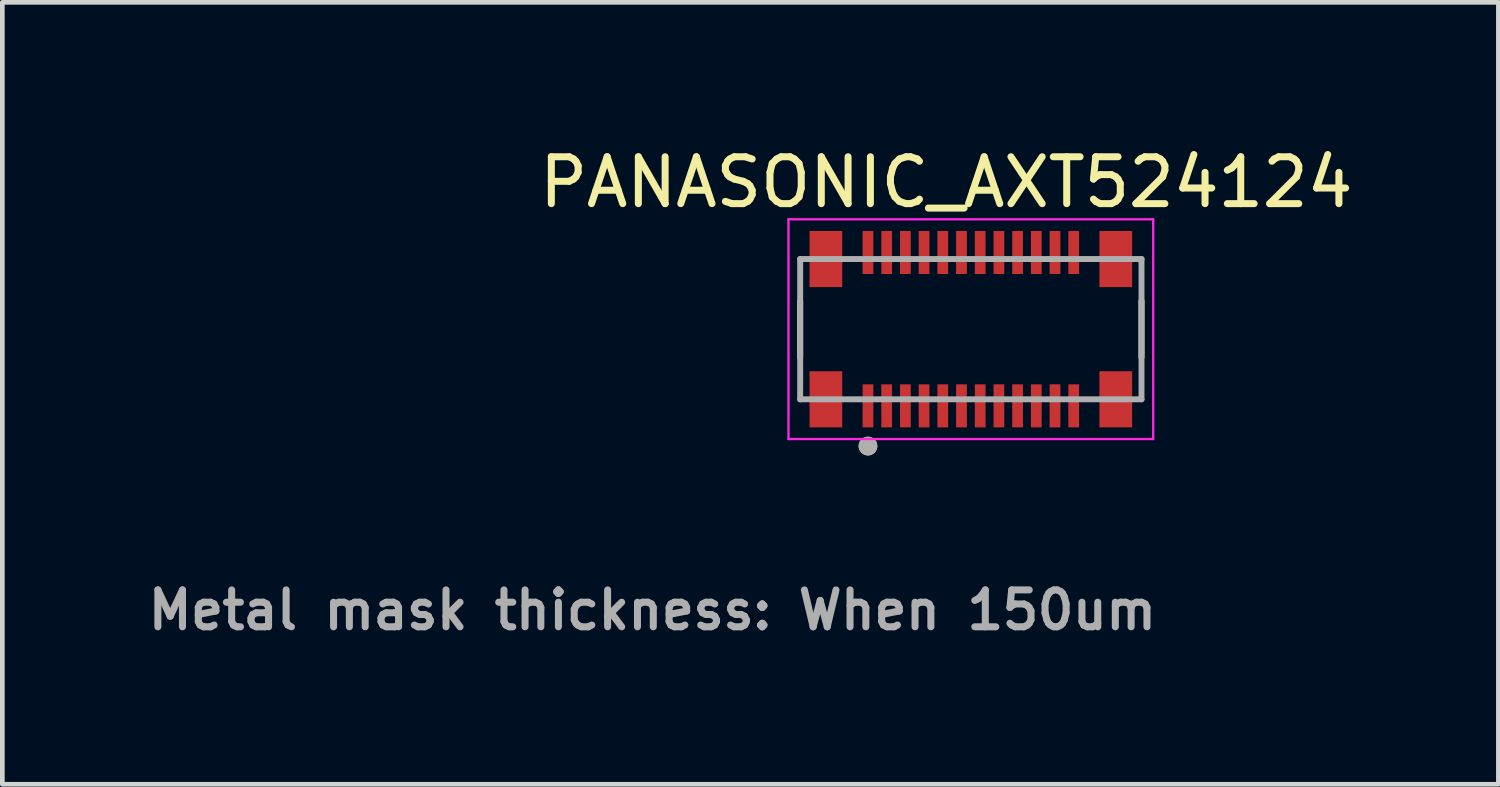
<source format=kicad_pcb>
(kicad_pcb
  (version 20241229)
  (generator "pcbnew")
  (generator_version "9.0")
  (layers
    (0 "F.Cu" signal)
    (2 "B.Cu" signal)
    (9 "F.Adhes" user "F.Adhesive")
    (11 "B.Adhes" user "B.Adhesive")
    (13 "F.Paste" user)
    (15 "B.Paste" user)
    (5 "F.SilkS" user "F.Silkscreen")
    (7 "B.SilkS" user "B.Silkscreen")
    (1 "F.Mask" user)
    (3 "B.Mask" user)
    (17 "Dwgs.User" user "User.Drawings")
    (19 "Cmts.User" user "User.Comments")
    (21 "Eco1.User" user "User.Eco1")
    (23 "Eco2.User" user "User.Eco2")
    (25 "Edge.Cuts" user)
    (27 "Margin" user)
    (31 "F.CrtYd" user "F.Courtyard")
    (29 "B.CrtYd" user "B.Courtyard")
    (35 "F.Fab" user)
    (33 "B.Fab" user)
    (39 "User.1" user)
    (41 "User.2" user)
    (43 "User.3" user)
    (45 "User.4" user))
  (footprint "PANASONIC_AXT524124"
    (layer "F.Cu")
    (at 17.713 3.99)
    (property "Reference" "PANASONIC_AXT524124" (at -0.526 -3.141 0) (layer "F.SilkS") (effects (font (size 1.002 1.002) (thickness 0.15))))
    (attr smd)
    (fp_line (start -3.65 -0.6) (end -3.65 0.6) (stroke (width 0.127) (type solid)) (layer "F.SilkS"))
    (fp_line (start 3.65 -0.6) (end 3.65 0.6) (stroke (width 0.127) (type solid)) (layer "F.SilkS"))
    (fp_circle (center -2.2 2.5) (end -2.1 2.5) (stroke (width 0.2) (type solid)) (fill no) (layer "F.SilkS"))
    (fp_poly (pts (xy -2.303 -2) (xy -2.1 -2) (xy -2.1 -1.492) (xy -2.303 -1.492)) (stroke (width 0.01) (type solid)) (fill yes) (layer "F.Paste"))
    (fp_poly (pts (xy -2.303 1.49) (xy -2.1 1.49) (xy -2.1 2.003) (xy -2.303 2.003)) (stroke (width 0.01) (type solid)) (fill yes) (layer "F.Paste"))
    (fp_poly (pts (xy -1.902 -2) (xy -1.7 -2) (xy -1.7 -1.491) (xy -1.902 -1.491)) (stroke (width 0.01) (type solid)) (fill yes) (layer "F.Paste"))
    (fp_poly (pts (xy -1.901 1.49) (xy -1.7 1.49) (xy -1.7 2.001) (xy -1.901 2.001)) (stroke (width 0.01) (type solid)) (fill yes) (layer "F.Paste"))
    (fp_poly (pts (xy -1.501 -2) (xy -1.3 -2) (xy -1.3 -1.491) (xy -1.501 -1.491)) (stroke (width 0.01) (type solid)) (fill yes) (layer "F.Paste"))
    (fp_poly (pts (xy -1.501 1.49) (xy -1.3 1.49) (xy -1.3 2.001) (xy -1.501 2.001)) (stroke (width 0.01) (type solid)) (fill yes) (layer "F.Paste"))
    (fp_poly (pts (xy -1.102 -2) (xy -0.9 -2) (xy -0.9 -1.493) (xy -1.102 -1.493)) (stroke (width 0.01) (type solid)) (fill yes) (layer "F.Paste"))
    (fp_poly (pts (xy -1.101 1.49) (xy -0.9 1.49) (xy -0.9 2.002) (xy -1.101 2.002)) (stroke (width 0.01) (type solid)) (fill yes) (layer "F.Paste"))
    (fp_poly (pts (xy -0.701 1.49) (xy -0.5 1.49) (xy -0.5 2.002) (xy -0.701 2.002)) (stroke (width 0.01) (type solid)) (fill yes) (layer "F.Paste"))
    (fp_poly (pts (xy -0.7 -2) (xy -0.5 -2) (xy -0.5 -1.49) (xy -0.7 -1.49)) (stroke (width 0.01) (type solid)) (fill yes) (layer "F.Paste"))
    (fp_poly (pts (xy -0.3 1.49) (xy -0.1 1.49) (xy -0.1 2.003) (xy -0.3 2.003)) (stroke (width 0.01) (type solid)) (fill yes) (layer "F.Paste"))
    (fp_poly (pts (xy -0.3 -2) (xy -0.1 -2) (xy -0.1 -1.49) (xy -0.3 -1.49)) (stroke (width 0.01) (type solid)) (fill yes) (layer "F.Paste"))
    (fp_poly (pts (xy 0.1 1.49) (xy 0.3 1.49) (xy 0.3 2) (xy 0.1 2)) (stroke (width 0.01) (type solid)) (fill yes) (layer "F.Paste"))
    (fp_poly (pts (xy 0.1 -2) (xy 0.3 -2) (xy 0.3 -1.492) (xy 0.1 -1.492)) (stroke (width 0.01) (type solid)) (fill yes) (layer "F.Paste"))
    (fp_poly (pts (xy 0.5 1.49) (xy 0.7 1.49) (xy 0.7 2.001) (xy 0.5 2.001)) (stroke (width 0.01) (type solid)) (fill yes) (layer "F.Paste"))
    (fp_poly (pts (xy 0.5 -2) (xy 0.7 -2) (xy 0.7 -1.491) (xy 0.5 -1.491)) (stroke (width 0.01) (type solid)) (fill yes) (layer "F.Paste"))
    (fp_poly (pts (xy 0.901 1.49) (xy 1.1 1.49) (xy 1.1 2.003) (xy 0.901 2.003)) (stroke (width 0.01) (type solid)) (fill yes) (layer "F.Paste"))
    (fp_poly (pts (xy 0.902 -2) (xy 1.1 -2) (xy 1.1 -1.493) (xy 0.902 -1.493)) (stroke (width 0.01) (type solid)) (fill yes) (layer "F.Paste"))
    (fp_poly (pts (xy 1.3 -2) (xy 1.5 -2) (xy 1.5 -1.49) (xy 1.3 -1.49)) (stroke (width 0.01) (type solid)) (fill yes) (layer "F.Paste"))
    (fp_poly (pts (xy 1.302 1.49) (xy 1.5 1.49) (xy 1.5 2.004) (xy 1.302 2.004)) (stroke (width 0.01) (type solid)) (fill yes) (layer "F.Paste"))
    (fp_poly (pts (xy 1.702 1.49) (xy 1.9 1.49) (xy 1.9 2.002) (xy 1.702 2.002)) (stroke (width 0.01) (type solid)) (fill yes) (layer "F.Paste"))
    (fp_poly (pts (xy 1.702 -2) (xy 1.9 -2) (xy 1.9 -1.492) (xy 1.702 -1.492)) (stroke (width 0.01) (type solid)) (fill yes) (layer "F.Paste"))
    (fp_poly (pts (xy 2.102 1.49) (xy 2.3 1.49) (xy 2.3 2.002) (xy 2.102 2.002)) (stroke (width 0.01) (type solid)) (fill yes) (layer "F.Paste"))
    (fp_poly (pts (xy 2.102 -2) (xy 2.3 -2) (xy 2.3 -1.492) (xy 2.102 -1.492)) (stroke (width 0.01) (type solid)) (fill yes) (layer "F.Paste"))
    (fp_line (start -3.9 -2.35) (end 3.9 -2.35) (stroke (width 0.05) (type solid)) (layer "F.CrtYd"))
    (fp_line (start -3.9 2.35) (end -3.9 -2.35) (stroke (width 0.05) (type solid)) (layer "F.CrtYd"))
    (fp_line (start 3.9 -2.35) (end 3.9 2.35) (stroke (width 0.05) (type solid)) (layer "F.CrtYd"))
    (fp_line (start 3.9 2.35) (end -3.9 2.35) (stroke (width 0.05) (type solid)) (layer "F.CrtYd"))
    (fp_line (start -3.65 -1.5) (end 3.65 -1.5) (stroke (width 0.127) (type solid)) (layer "F.Fab"))
    (fp_line (start -3.65 1.5) (end -3.65 -1.5) (stroke (width 0.127) (type solid)) (layer "F.Fab"))
    (fp_line (start 3.65 -1.5) (end 3.65 1.5) (stroke (width 0.127) (type solid)) (layer "F.Fab"))
    (fp_line (start 3.65 1.5) (end -3.65 1.5) (stroke (width 0.127) (type solid)) (layer "F.Fab"))
    (fp_circle (center -2.2 2.5) (end -2.1 2.5) (stroke (width 0.2) (type solid)) (fill no) (layer "F.Fab"))
    (fp_text user "Metal mask thickness: When 150um" (at -6.81 6.008 0) (layer "F.Fab") (effects (font (size 0.789 0.789) (thickness 0.15))))
    (pad "1" smd rect (at -2.2 1.64) (size 0.23 0.92) (layers "F.Cu" "F.Mask"))
    (pad "2" smd rect (at -2.2 -1.64 180) (size 0.23 0.92) (layers "F.Cu" "F.Mask"))
    (pad "3" smd rect (at -1.8 1.64) (size 0.23 0.92) (layers "F.Cu" "F.Mask"))
    (pad "4" smd rect (at -1.8 -1.64 180) (size 0.23 0.92) (layers "F.Cu" "F.Mask"))
    (pad "5" smd rect (at -1.4 1.64) (size 0.23 0.92) (layers "F.Cu" "F.Mask"))
    (pad "6" smd rect (at -1.4 -1.64 180) (size 0.23 0.92) (layers "F.Cu" "F.Mask"))
    (pad "7" smd rect (at -1 1.64) (size 0.23 0.92) (layers "F.Cu" "F.Mask"))
    (pad "8" smd rect (at -1 -1.64 180) (size 0.23 0.92) (layers "F.Cu" "F.Mask"))
    (pad "9" smd rect (at -0.6 1.64) (size 0.23 0.92) (layers "F.Cu" "F.Mask"))
    (pad "10" smd rect (at -0.6 -1.64 180) (size 0.23 0.92) (layers "F.Cu" "F.Mask"))
    (pad "11" smd rect (at -0.2 1.64) (size 0.23 0.92) (layers "F.Cu" "F.Mask"))
    (pad "12" smd rect (at -0.2 -1.64 180) (size 0.23 0.92) (layers "F.Cu" "F.Mask"))
    (pad "13" smd rect (at 0.2 1.64) (size 0.23 0.92) (layers "F.Cu" "F.Mask"))
    (pad "14" smd rect (at 0.2 -1.64 180) (size 0.23 0.92) (layers "F.Cu" "F.Mask"))
    (pad "15" smd rect (at 0.6 1.64) (size 0.23 0.92) (layers "F.Cu" "F.Mask"))
    (pad "16" smd rect (at 0.6 -1.64 180) (size 0.23 0.92) (layers "F.Cu" "F.Mask"))
    (pad "17" smd rect (at 1 1.64) (size 0.23 0.92) (layers "F.Cu" "F.Mask"))
    (pad "18" smd rect (at 1 -1.64 180) (size 0.23 0.92) (layers "F.Cu" "F.Mask"))
    (pad "19" smd rect (at 1.4 1.64) (size 0.23 0.92) (layers "F.Cu" "F.Mask"))
    (pad "20" smd rect (at 1.4 -1.64 180) (size 0.23 0.92) (layers "F.Cu" "F.Mask"))
    (pad "21" smd rect (at 1.8 1.64) (size 0.23 0.92) (layers "F.Cu" "F.Mask"))
    (pad "22" smd rect (at 1.8 -1.64 180) (size 0.23 0.92) (layers "F.Cu" "F.Mask"))
    (pad "23" smd rect (at 2.2 1.64) (size 0.23 0.92) (layers "F.Cu" "F.Mask"))
    (pad "24" smd rect (at 2.2 -1.64 180) (size 0.23 0.92) (layers "F.Cu" "F.Mask"))
    (pad "S1" smd rect (at -3.1 -1.5) (size 0.7 1.2) (layers "F.Cu" "F.Mask" "F.Paste"))
    (pad "S2" smd rect (at -3.1 1.5) (size 0.7 1.2) (layers "F.Cu" "F.Mask" "F.Paste"))
    (pad "S3" smd rect (at 3.1 1.5) (size 0.7 1.2) (layers "F.Cu" "F.Mask" "F.Paste"))
    (pad "S4" smd rect (at 3.1 -1.5) (size 0.7 1.2) (layers "F.Cu" "F.Mask" "F.Paste"))
    (zone (net_name "") (layer "F.Cu") (hatch full 0.508) (connect_pads) (min_thickness 0.01) (filled_areas_thickness no) (keepout (tracks not_allowed) (vias not_allowed) (pads not_allowed) (copperpour not_allowed) (footprints allowed)) (placement (enabled no)) (fill) (polygon (pts (xy 15.395 2.81) (xy 20.028 2.81) (xy 20.028 5.172) (xy 15.395 5.172))))
    (zone (net_name "") (layers "F.Cu" "B.Cu") (hatch full 0.508) (connect_pads) (min_thickness 0.01) (filled_areas_thickness no) (keepout (tracks allowed) (vias not_allowed) (pads allowed) (copperpour allowed) (footprints allowed)) (placement (enabled no)) (fill) (polygon (pts (xy 15.395 2.81) (xy 20.028 2.81) (xy 20.028 5.172) (xy 15.395 5.172)))))
  (gr_rect
    (start -3 -3)
    (end 28.996 13.723)
    (stroke (width 0.1) (type default))
    (fill no)
    (layer "Edge.Cuts")))
</source>
